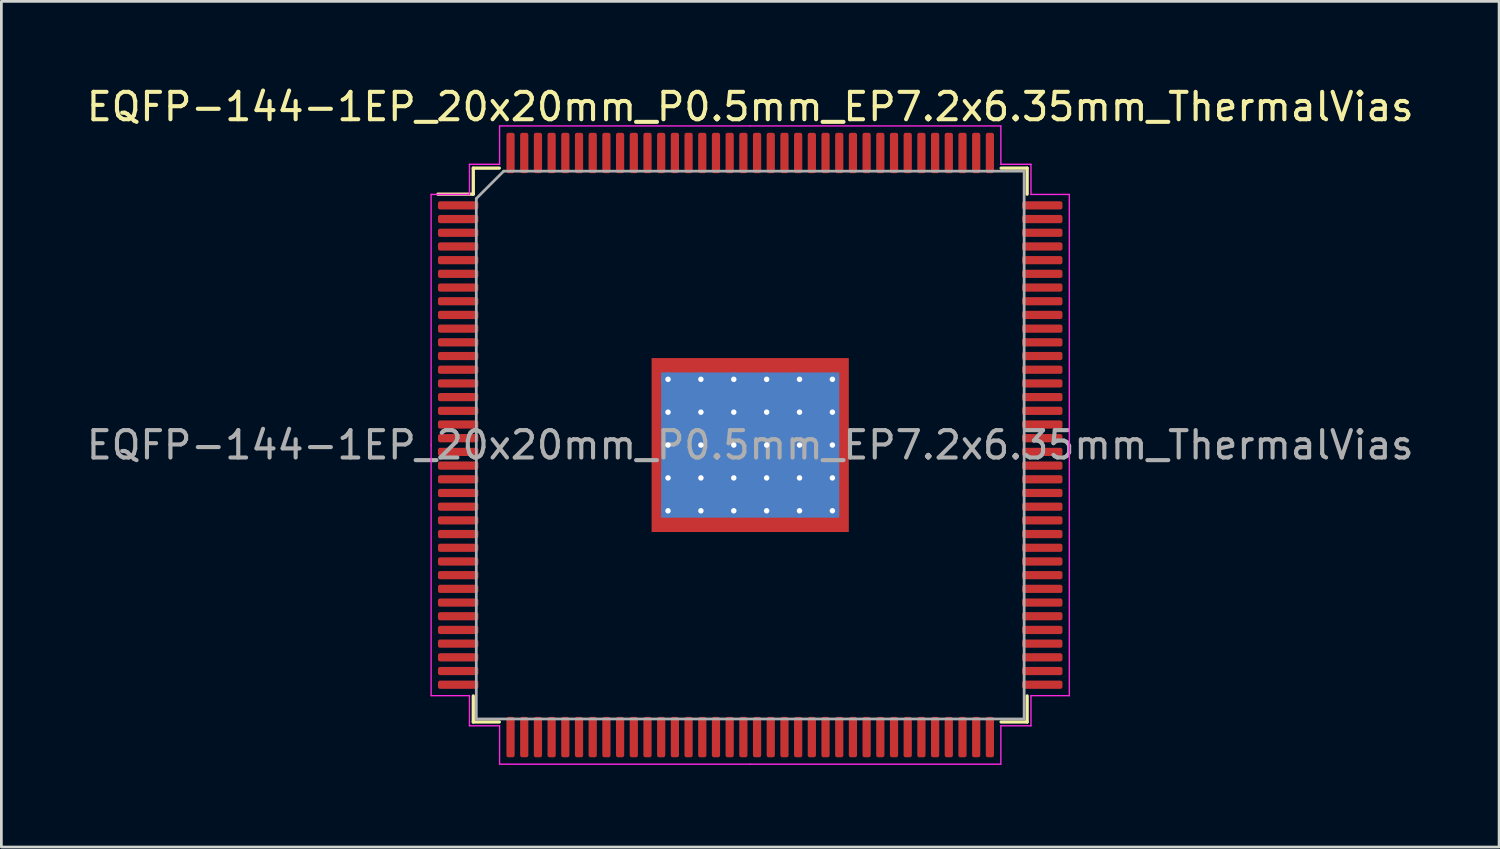
<source format=kicad_pcb>
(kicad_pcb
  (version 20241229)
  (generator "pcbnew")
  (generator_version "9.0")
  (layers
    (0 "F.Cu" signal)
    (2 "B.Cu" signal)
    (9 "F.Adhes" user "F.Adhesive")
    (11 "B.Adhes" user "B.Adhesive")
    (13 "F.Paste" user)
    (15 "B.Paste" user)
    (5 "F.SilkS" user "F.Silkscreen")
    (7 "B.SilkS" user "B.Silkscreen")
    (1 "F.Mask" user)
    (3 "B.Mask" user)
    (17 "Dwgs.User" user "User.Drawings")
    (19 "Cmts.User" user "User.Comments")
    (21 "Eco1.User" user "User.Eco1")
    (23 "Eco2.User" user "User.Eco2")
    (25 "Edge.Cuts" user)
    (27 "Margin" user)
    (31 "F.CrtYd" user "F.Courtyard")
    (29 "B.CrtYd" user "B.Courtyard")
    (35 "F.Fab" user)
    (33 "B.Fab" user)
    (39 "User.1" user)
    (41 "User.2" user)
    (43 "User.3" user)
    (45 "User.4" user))
  (footprint "EQFP-144-1EP_20x20mm_P0.5mm_EP7.2x6.35mm_ThermalVias"
    (layer "F.Cu")
    (at 24.339 13.198)
    (property "Reference" "EQFP-144-1EP_20x20mm_P0.5mm_EP7.2x6.35mm_ThermalVias" (at 0 -12.35 0) (layer "F.SilkS") (effects (font (size 1 1) (thickness 0.15))))
    (attr smd)
    (fp_line (start -10.11 -10.11) (end -10.11 -9.16) (stroke (width 0.12) (type solid)) (layer "F.SilkS"))
    (fp_line (start -10.11 -9.16) (end -11.4 -9.16) (stroke (width 0.12) (type solid)) (layer "F.SilkS"))
    (fp_line (start -10.11 10.11) (end -10.11 9.16) (stroke (width 0.12) (type solid)) (layer "F.SilkS"))
    (fp_line (start -9.16 -10.11) (end -10.11 -10.11) (stroke (width 0.12) (type solid)) (layer "F.SilkS"))
    (fp_line (start -9.16 10.11) (end -10.11 10.11) (stroke (width 0.12) (type solid)) (layer "F.SilkS"))
    (fp_line (start 9.16 -10.11) (end 10.11 -10.11) (stroke (width 0.12) (type solid)) (layer "F.SilkS"))
    (fp_line (start 9.16 10.11) (end 10.11 10.11) (stroke (width 0.12) (type solid)) (layer "F.SilkS"))
    (fp_line (start 10.11 -10.11) (end 10.11 -9.16) (stroke (width 0.12) (type solid)) (layer "F.SilkS"))
    (fp_line (start 10.11 10.11) (end 10.11 9.16) (stroke (width 0.12) (type solid)) (layer "F.SilkS"))
    (fp_line (start -11.65 -9.15) (end -11.65 0) (stroke (width 0.05) (type solid)) (layer "F.CrtYd"))
    (fp_line (start -11.65 9.15) (end -11.65 0) (stroke (width 0.05) (type solid)) (layer "F.CrtYd"))
    (fp_line (start -10.25 -10.25) (end -10.25 -9.15) (stroke (width 0.05) (type solid)) (layer "F.CrtYd"))
    (fp_line (start -10.25 -9.15) (end -11.65 -9.15) (stroke (width 0.05) (type solid)) (layer "F.CrtYd"))
    (fp_line (start -10.25 9.15) (end -11.65 9.15) (stroke (width 0.05) (type solid)) (layer "F.CrtYd"))
    (fp_line (start -10.25 10.25) (end -10.25 9.15) (stroke (width 0.05) (type solid)) (layer "F.CrtYd"))
    (fp_line (start -9.15 -11.65) (end -9.15 -10.25) (stroke (width 0.05) (type solid)) (layer "F.CrtYd"))
    (fp_line (start -9.15 -10.25) (end -10.25 -10.25) (stroke (width 0.05) (type solid)) (layer "F.CrtYd"))
    (fp_line (start -9.15 10.25) (end -10.25 10.25) (stroke (width 0.05) (type solid)) (layer "F.CrtYd"))
    (fp_line (start -9.15 11.65) (end -9.15 10.25) (stroke (width 0.05) (type solid)) (layer "F.CrtYd"))
    (fp_line (start 0 -11.65) (end -9.15 -11.65) (stroke (width 0.05) (type solid)) (layer "F.CrtYd"))
    (fp_line (start 0 -11.65) (end 9.15 -11.65) (stroke (width 0.05) (type solid)) (layer "F.CrtYd"))
    (fp_line (start 0 11.65) (end -9.15 11.65) (stroke (width 0.05) (type solid)) (layer "F.CrtYd"))
    (fp_line (start 0 11.65) (end 9.15 11.65) (stroke (width 0.05) (type solid)) (layer "F.CrtYd"))
    (fp_line (start 9.15 -11.65) (end 9.15 -10.25) (stroke (width 0.05) (type solid)) (layer "F.CrtYd"))
    (fp_line (start 9.15 -10.25) (end 10.25 -10.25) (stroke (width 0.05) (type solid)) (layer "F.CrtYd"))
    (fp_line (start 9.15 10.25) (end 10.25 10.25) (stroke (width 0.05) (type solid)) (layer "F.CrtYd"))
    (fp_line (start 9.15 11.65) (end 9.15 10.25) (stroke (width 0.05) (type solid)) (layer "F.CrtYd"))
    (fp_line (start 10.25 -10.25) (end 10.25 -9.15) (stroke (width 0.05) (type solid)) (layer "F.CrtYd"))
    (fp_line (start 10.25 -9.15) (end 11.65 -9.15) (stroke (width 0.05) (type solid)) (layer "F.CrtYd"))
    (fp_line (start 10.25 9.15) (end 11.65 9.15) (stroke (width 0.05) (type solid)) (layer "F.CrtYd"))
    (fp_line (start 10.25 10.25) (end 10.25 9.15) (stroke (width 0.05) (type solid)) (layer "F.CrtYd"))
    (fp_line (start 11.65 -9.15) (end 11.65 0) (stroke (width 0.05) (type solid)) (layer "F.CrtYd"))
    (fp_line (start 11.65 9.15) (end 11.65 0) (stroke (width 0.05) (type solid)) (layer "F.CrtYd"))
    (fp_line (start -10 -9) (end -9 -10) (stroke (width 0.1) (type solid)) (layer "F.Fab"))
    (fp_line (start -10 10) (end -10 -9) (stroke (width 0.1) (type solid)) (layer "F.Fab"))
    (fp_line (start -9 -10) (end 10 -10) (stroke (width 0.1) (type solid)) (layer "F.Fab"))
    (fp_line (start 10 -10) (end 10 10) (stroke (width 0.1) (type solid)) (layer "F.Fab"))
    (fp_line (start 10 10) (end -10 10) (stroke (width 0.1) (type solid)) (layer "F.Fab"))
    (fp_text user "${REFERENCE}" (at 0 0 0) (layer "F.Fab") (effects (font (size 1 1) (thickness 0.15))))
    (pad "" smd custom (at -3.3 -2.788) (size 0.378 0.378) (layers "F.Paste") (options (anchor circle)) (primitives (gr_poly (pts (xy -0.136 -0.207) (xy 0.136 -0.207) (xy 0.136 0.119) (xy 0.048 0.207) (xy -0.136 0.207)) (width 0.212) (fill yes))))
    (pad "" smd custom (at -3.3 -1.8) (size 0.407 0.407) (layers "F.Paste") (options (anchor circle)) (primitives (gr_poly (pts (xy -0.165 -0.407) (xy 0.102 -0.407) (xy 0.165 -0.344) (xy 0.165 0.344) (xy 0.102 0.407) (xy -0.165 0.407)) (width 0.153) (fill yes))))
    (pad "" smd custom (at -3.3 -0.6) (size 0.407 0.407) (layers "F.Paste") (options (anchor circle)) (primitives (gr_poly (pts (xy -0.165 -0.407) (xy 0.102 -0.407) (xy 0.165 -0.344) (xy 0.165 0.344) (xy 0.102 0.407) (xy -0.165 0.407)) (width 0.153) (fill yes))))
    (pad "" smd custom (at -3.3 0.6) (size 0.407 0.407) (layers "F.Paste") (options (anchor circle)) (primitives (gr_poly (pts (xy -0.165 -0.407) (xy 0.102 -0.407) (xy 0.165 -0.344) (xy 0.165 0.344) (xy 0.102 0.407) (xy -0.165 0.407)) (width 0.153) (fill yes))))
    (pad "" smd custom (at -3.3 1.8) (size 0.407 0.407) (layers "F.Paste") (options (anchor circle)) (primitives (gr_poly (pts (xy -0.165 -0.407) (xy 0.102 -0.407) (xy 0.165 -0.344) (xy 0.165 0.344) (xy 0.102 0.407) (xy -0.165 0.407)) (width 0.153) (fill yes))))
    (pad "" smd custom (at -3.3 2.788) (size 0.378 0.378) (layers "F.Paste") (options (anchor circle)) (primitives (gr_poly (pts (xy -0.136 -0.207) (xy 0.048 -0.207) (xy 0.136 -0.119) (xy 0.136 0.207) (xy -0.136 0.207)) (width 0.212) (fill yes))))
    (pad "" smd roundrect (at -2.4 -2.788) (size 0.967 0.625) (layers "F.Paste") (roundrect_rratio 0.25))
    (pad "" smd roundrect (at -2.4 -1.8) (size 0.967 0.967) (layers "F.Paste") (roundrect_rratio 0.25))
    (pad "" smd roundrect (at -2.4 -0.6) (size 0.967 0.967) (layers "F.Paste") (roundrect_rratio 0.25))
    (pad "" smd roundrect (at -2.4 0.6) (size 0.967 0.967) (layers "F.Paste") (roundrect_rratio 0.25))
    (pad "" smd roundrect (at -2.4 1.8) (size 0.967 0.967) (layers "F.Paste") (roundrect_rratio 0.25))
    (pad "" smd roundrect (at -2.4 2.788) (size 0.967 0.625) (layers "F.Paste") (roundrect_rratio 0.25))
    (pad "" smd roundrect (at -1.2 -2.788) (size 0.967 0.625) (layers "F.Paste") (roundrect_rratio 0.25))
    (pad "" smd roundrect (at -1.2 -1.8) (size 0.967 0.967) (layers "F.Paste") (roundrect_rratio 0.25))
    (pad "" smd roundrect (at -1.2 -0.6) (size 0.967 0.967) (layers "F.Paste") (roundrect_rratio 0.25))
    (pad "" smd roundrect (at -1.2 0.6) (size 0.967 0.967) (layers "F.Paste") (roundrect_rratio 0.25))
    (pad "" smd roundrect (at -1.2 1.8) (size 0.967 0.967) (layers "F.Paste") (roundrect_rratio 0.25))
    (pad "" smd roundrect (at -1.2 2.788) (size 0.967 0.625) (layers "F.Paste") (roundrect_rratio 0.25))
    (pad "" smd roundrect (at 0 -2.788) (size 0.967 0.625) (layers "F.Paste") (roundrect_rratio 0.25))
    (pad "" smd roundrect (at 0 -1.8) (size 0.967 0.967) (layers "F.Paste") (roundrect_rratio 0.25))
    (pad "" smd roundrect (at 0 -0.6) (size 0.967 0.967) (layers "F.Paste") (roundrect_rratio 0.25))
    (pad "" smd roundrect (at 0 0.6) (size 0.967 0.967) (layers "F.Paste") (roundrect_rratio 0.25))
    (pad "" smd roundrect (at 0 1.8) (size 0.967 0.967) (layers "F.Paste") (roundrect_rratio 0.25))
    (pad "" smd roundrect (at 0 2.788) (size 0.967 0.625) (layers "F.Paste") (roundrect_rratio 0.25))
    (pad "" smd roundrect (at 1.2 -2.788) (size 0.967 0.625) (layers "F.Paste") (roundrect_rratio 0.25))
    (pad "" smd roundrect (at 1.2 -1.8) (size 0.967 0.967) (layers "F.Paste") (roundrect_rratio 0.25))
    (pad "" smd roundrect (at 1.2 -0.6) (size 0.967 0.967) (layers "F.Paste") (roundrect_rratio 0.25))
    (pad "" smd roundrect (at 1.2 0.6) (size 0.967 0.967) (layers "F.Paste") (roundrect_rratio 0.25))
    (pad "" smd roundrect (at 1.2 1.8) (size 0.967 0.967) (layers "F.Paste") (roundrect_rratio 0.25))
    (pad "" smd roundrect (at 1.2 2.788) (size 0.967 0.625) (layers "F.Paste") (roundrect_rratio 0.25))
    (pad "" smd roundrect (at 2.4 -2.788) (size 0.967 0.625) (layers "F.Paste") (roundrect_rratio 0.25))
    (pad "" smd roundrect (at 2.4 -1.8) (size 0.967 0.967) (layers "F.Paste") (roundrect_rratio 0.25))
    (pad "" smd roundrect (at 2.4 -0.6) (size 0.967 0.967) (layers "F.Paste") (roundrect_rratio 0.25))
    (pad "" smd roundrect (at 2.4 0.6) (size 0.967 0.967) (layers "F.Paste") (roundrect_rratio 0.25))
    (pad "" smd roundrect (at 2.4 1.8) (size 0.967 0.967) (layers "F.Paste") (roundrect_rratio 0.25))
    (pad "" smd roundrect (at 2.4 2.788) (size 0.967 0.625) (layers "F.Paste") (roundrect_rratio 0.25))
    (pad "" smd custom (at 3.3 -2.788) (size 0.378 0.378) (layers "F.Paste") (options (anchor circle)) (primitives (gr_poly (pts (xy -0.136 -0.207) (xy 0.136 -0.207) (xy 0.136 0.207) (xy -0.048 0.207) (xy -0.136 0.119)) (width 0.212) (fill yes))))
    (pad "" smd custom (at 3.3 -1.8) (size 0.407 0.407) (layers "F.Paste") (options (anchor circle)) (primitives (gr_poly (pts (xy -0.165 -0.344) (xy -0.102 -0.407) (xy 0.165 -0.407) (xy 0.165 0.407) (xy -0.102 0.407) (xy -0.165 0.344)) (width 0.153) (fill yes))))
    (pad "" smd custom (at 3.3 -0.6) (size 0.407 0.407) (layers "F.Paste") (options (anchor circle)) (primitives (gr_poly (pts (xy -0.165 -0.344) (xy -0.102 -0.407) (xy 0.165 -0.407) (xy 0.165 0.407) (xy -0.102 0.407) (xy -0.165 0.344)) (width 0.153) (fill yes))))
    (pad "" smd custom (at 3.3 0.6) (size 0.407 0.407) (layers "F.Paste") (options (anchor circle)) (primitives (gr_poly (pts (xy -0.165 -0.344) (xy -0.102 -0.407) (xy 0.165 -0.407) (xy 0.165 0.407) (xy -0.102 0.407) (xy -0.165 0.344)) (width 0.153) (fill yes))))
    (pad "" smd custom (at 3.3 1.8) (size 0.407 0.407) (layers "F.Paste") (options (anchor circle)) (primitives (gr_poly (pts (xy -0.165 -0.344) (xy -0.102 -0.407) (xy 0.165 -0.407) (xy 0.165 0.407) (xy -0.102 0.407) (xy -0.165 0.344)) (width 0.153) (fill yes))))
    (pad "" smd custom (at 3.3 2.788) (size 0.378 0.378) (layers "F.Paste") (options (anchor circle)) (primitives (gr_poly (pts (xy -0.136 -0.119) (xy -0.048 -0.207) (xy 0.136 -0.207) (xy 0.136 0.207) (xy -0.136 0.207)) (width 0.212) (fill yes))))
    (pad "1" smd roundrect (at -10.662 -8.75) (size 1.475 0.3) (layers "F.Cu" "F.Mask" "F.Paste") (roundrect_rratio 0.25))
    (pad "2" smd roundrect (at -10.662 -8.25) (size 1.475 0.3) (layers "F.Cu" "F.Mask" "F.Paste") (roundrect_rratio 0.25))
    (pad "3" smd roundrect (at -10.662 -7.75) (size 1.475 0.3) (layers "F.Cu" "F.Mask" "F.Paste") (roundrect_rratio 0.25))
    (pad "4" smd roundrect (at -10.662 -7.25) (size 1.475 0.3) (layers "F.Cu" "F.Mask" "F.Paste") (roundrect_rratio 0.25))
    (pad "5" smd roundrect (at -10.662 -6.75) (size 1.475 0.3) (layers "F.Cu" "F.Mask" "F.Paste") (roundrect_rratio 0.25))
    (pad "6" smd roundrect (at -10.662 -6.25) (size 1.475 0.3) (layers "F.Cu" "F.Mask" "F.Paste") (roundrect_rratio 0.25))
    (pad "7" smd roundrect (at -10.662 -5.75) (size 1.475 0.3) (layers "F.Cu" "F.Mask" "F.Paste") (roundrect_rratio 0.25))
    (pad "8" smd roundrect (at -10.662 -5.25) (size 1.475 0.3) (layers "F.Cu" "F.Mask" "F.Paste") (roundrect_rratio 0.25))
    (pad "9" smd roundrect (at -10.662 -4.75) (size 1.475 0.3) (layers "F.Cu" "F.Mask" "F.Paste") (roundrect_rratio 0.25))
    (pad "10" smd roundrect (at -10.662 -4.25) (size 1.475 0.3) (layers "F.Cu" "F.Mask" "F.Paste") (roundrect_rratio 0.25))
    (pad "11" smd roundrect (at -10.662 -3.75) (size 1.475 0.3) (layers "F.Cu" "F.Mask" "F.Paste") (roundrect_rratio 0.25))
    (pad "12" smd roundrect (at -10.662 -3.25) (size 1.475 0.3) (layers "F.Cu" "F.Mask" "F.Paste") (roundrect_rratio 0.25))
    (pad "13" smd roundrect (at -10.662 -2.75) (size 1.475 0.3) (layers "F.Cu" "F.Mask" "F.Paste") (roundrect_rratio 0.25))
    (pad "14" smd roundrect (at -10.662 -2.25) (size 1.475 0.3) (layers "F.Cu" "F.Mask" "F.Paste") (roundrect_rratio 0.25))
    (pad "15" smd roundrect (at -10.662 -1.75) (size 1.475 0.3) (layers "F.Cu" "F.Mask" "F.Paste") (roundrect_rratio 0.25))
    (pad "16" smd roundrect (at -10.662 -1.25) (size 1.475 0.3) (layers "F.Cu" "F.Mask" "F.Paste") (roundrect_rratio 0.25))
    (pad "17" smd roundrect (at -10.662 -0.75) (size 1.475 0.3) (layers "F.Cu" "F.Mask" "F.Paste") (roundrect_rratio 0.25))
    (pad "18" smd roundrect (at -10.662 -0.25) (size 1.475 0.3) (layers "F.Cu" "F.Mask" "F.Paste") (roundrect_rratio 0.25))
    (pad "19" smd roundrect (at -10.662 0.25) (size 1.475 0.3) (layers "F.Cu" "F.Mask" "F.Paste") (roundrect_rratio 0.25))
    (pad "20" smd roundrect (at -10.662 0.75) (size 1.475 0.3) (layers "F.Cu" "F.Mask" "F.Paste") (roundrect_rratio 0.25))
    (pad "21" smd roundrect (at -10.662 1.25) (size 1.475 0.3) (layers "F.Cu" "F.Mask" "F.Paste") (roundrect_rratio 0.25))
    (pad "22" smd roundrect (at -10.662 1.75) (size 1.475 0.3) (layers "F.Cu" "F.Mask" "F.Paste") (roundrect_rratio 0.25))
    (pad "23" smd roundrect (at -10.662 2.25) (size 1.475 0.3) (layers "F.Cu" "F.Mask" "F.Paste") (roundrect_rratio 0.25))
    (pad "24" smd roundrect (at -10.662 2.75) (size 1.475 0.3) (layers "F.Cu" "F.Mask" "F.Paste") (roundrect_rratio 0.25))
    (pad "25" smd roundrect (at -10.662 3.25) (size 1.475 0.3) (layers "F.Cu" "F.Mask" "F.Paste") (roundrect_rratio 0.25))
    (pad "26" smd roundrect (at -10.662 3.75) (size 1.475 0.3) (layers "F.Cu" "F.Mask" "F.Paste") (roundrect_rratio 0.25))
    (pad "27" smd roundrect (at -10.662 4.25) (size 1.475 0.3) (layers "F.Cu" "F.Mask" "F.Paste") (roundrect_rratio 0.25))
    (pad "28" smd roundrect (at -10.662 4.75) (size 1.475 0.3) (layers "F.Cu" "F.Mask" "F.Paste") (roundrect_rratio 0.25))
    (pad "29" smd roundrect (at -10.662 5.25) (size 1.475 0.3) (layers "F.Cu" "F.Mask" "F.Paste") (roundrect_rratio 0.25))
    (pad "30" smd roundrect (at -10.662 5.75) (size 1.475 0.3) (layers "F.Cu" "F.Mask" "F.Paste") (roundrect_rratio 0.25))
    (pad "31" smd roundrect (at -10.662 6.25) (size 1.475 0.3) (layers "F.Cu" "F.Mask" "F.Paste") (roundrect_rratio 0.25))
    (pad "32" smd roundrect (at -10.662 6.75) (size 1.475 0.3) (layers "F.Cu" "F.Mask" "F.Paste") (roundrect_rratio 0.25))
    (pad "33" smd roundrect (at -10.662 7.25) (size 1.475 0.3) (layers "F.Cu" "F.Mask" "F.Paste") (roundrect_rratio 0.25))
    (pad "34" smd roundrect (at -10.662 7.75) (size 1.475 0.3) (layers "F.Cu" "F.Mask" "F.Paste") (roundrect_rratio 0.25))
    (pad "35" smd roundrect (at -10.662 8.25) (size 1.475 0.3) (layers "F.Cu" "F.Mask" "F.Paste") (roundrect_rratio 0.25))
    (pad "36" smd roundrect (at -10.662 8.75) (size 1.475 0.3) (layers "F.Cu" "F.Mask" "F.Paste") (roundrect_rratio 0.25))
    (pad "37" smd roundrect (at -8.75 10.662) (size 0.3 1.475) (layers "F.Cu" "F.Mask" "F.Paste") (roundrect_rratio 0.25))
    (pad "38" smd roundrect (at -8.25 10.662) (size 0.3 1.475) (layers "F.Cu" "F.Mask" "F.Paste") (roundrect_rratio 0.25))
    (pad "39" smd roundrect (at -7.75 10.662) (size 0.3 1.475) (layers "F.Cu" "F.Mask" "F.Paste") (roundrect_rratio 0.25))
    (pad "40" smd roundrect (at -7.25 10.662) (size 0.3 1.475) (layers "F.Cu" "F.Mask" "F.Paste") (roundrect_rratio 0.25))
    (pad "41" smd roundrect (at -6.75 10.662) (size 0.3 1.475) (layers "F.Cu" "F.Mask" "F.Paste") (roundrect_rratio 0.25))
    (pad "42" smd roundrect (at -6.25 10.662) (size 0.3 1.475) (layers "F.Cu" "F.Mask" "F.Paste") (roundrect_rratio 0.25))
    (pad "43" smd roundrect (at -5.75 10.662) (size 0.3 1.475) (layers "F.Cu" "F.Mask" "F.Paste") (roundrect_rratio 0.25))
    (pad "44" smd roundrect (at -5.25 10.662) (size 0.3 1.475) (layers "F.Cu" "F.Mask" "F.Paste") (roundrect_rratio 0.25))
    (pad "45" smd roundrect (at -4.75 10.662) (size 0.3 1.475) (layers "F.Cu" "F.Mask" "F.Paste") (roundrect_rratio 0.25))
    (pad "46" smd roundrect (at -4.25 10.662) (size 0.3 1.475) (layers "F.Cu" "F.Mask" "F.Paste") (roundrect_rratio 0.25))
    (pad "47" smd roundrect (at -3.75 10.662) (size 0.3 1.475) (layers "F.Cu" "F.Mask" "F.Paste") (roundrect_rratio 0.25))
    (pad "48" smd roundrect (at -3.25 10.662) (size 0.3 1.475) (layers "F.Cu" "F.Mask" "F.Paste") (roundrect_rratio 0.25))
    (pad "49" smd roundrect (at -2.75 10.662) (size 0.3 1.475) (layers "F.Cu" "F.Mask" "F.Paste") (roundrect_rratio 0.25))
    (pad "50" smd roundrect (at -2.25 10.662) (size 0.3 1.475) (layers "F.Cu" "F.Mask" "F.Paste") (roundrect_rratio 0.25))
    (pad "51" smd roundrect (at -1.75 10.662) (size 0.3 1.475) (layers "F.Cu" "F.Mask" "F.Paste") (roundrect_rratio 0.25))
    (pad "52" smd roundrect (at -1.25 10.662) (size 0.3 1.475) (layers "F.Cu" "F.Mask" "F.Paste") (roundrect_rratio 0.25))
    (pad "53" smd roundrect (at -0.75 10.662) (size 0.3 1.475) (layers "F.Cu" "F.Mask" "F.Paste") (roundrect_rratio 0.25))
    (pad "54" smd roundrect (at -0.25 10.662) (size 0.3 1.475) (layers "F.Cu" "F.Mask" "F.Paste") (roundrect_rratio 0.25))
    (pad "55" smd roundrect (at 0.25 10.662) (size 0.3 1.475) (layers "F.Cu" "F.Mask" "F.Paste") (roundrect_rratio 0.25))
    (pad "56" smd roundrect (at 0.75 10.662) (size 0.3 1.475) (layers "F.Cu" "F.Mask" "F.Paste") (roundrect_rratio 0.25))
    (pad "57" smd roundrect (at 1.25 10.662) (size 0.3 1.475) (layers "F.Cu" "F.Mask" "F.Paste") (roundrect_rratio 0.25))
    (pad "58" smd roundrect (at 1.75 10.662) (size 0.3 1.475) (layers "F.Cu" "F.Mask" "F.Paste") (roundrect_rratio 0.25))
    (pad "59" smd roundrect (at 2.25 10.662) (size 0.3 1.475) (layers "F.Cu" "F.Mask" "F.Paste") (roundrect_rratio 0.25))
    (pad "60" smd roundrect (at 2.75 10.662) (size 0.3 1.475) (layers "F.Cu" "F.Mask" "F.Paste") (roundrect_rratio 0.25))
    (pad "61" smd roundrect (at 3.25 10.662) (size 0.3 1.475) (layers "F.Cu" "F.Mask" "F.Paste") (roundrect_rratio 0.25))
    (pad "62" smd roundrect (at 3.75 10.662) (size 0.3 1.475) (layers "F.Cu" "F.Mask" "F.Paste") (roundrect_rratio 0.25))
    (pad "63" smd roundrect (at 4.25 10.662) (size 0.3 1.475) (layers "F.Cu" "F.Mask" "F.Paste") (roundrect_rratio 0.25))
    (pad "64" smd roundrect (at 4.75 10.662) (size 0.3 1.475) (layers "F.Cu" "F.Mask" "F.Paste") (roundrect_rratio 0.25))
    (pad "65" smd roundrect (at 5.25 10.662) (size 0.3 1.475) (layers "F.Cu" "F.Mask" "F.Paste") (roundrect_rratio 0.25))
    (pad "66" smd roundrect (at 5.75 10.662) (size 0.3 1.475) (layers "F.Cu" "F.Mask" "F.Paste") (roundrect_rratio 0.25))
    (pad "67" smd roundrect (at 6.25 10.662) (size 0.3 1.475) (layers "F.Cu" "F.Mask" "F.Paste") (roundrect_rratio 0.25))
    (pad "68" smd roundrect (at 6.75 10.662) (size 0.3 1.475) (layers "F.Cu" "F.Mask" "F.Paste") (roundrect_rratio 0.25))
    (pad "69" smd roundrect (at 7.25 10.662) (size 0.3 1.475) (layers "F.Cu" "F.Mask" "F.Paste") (roundrect_rratio 0.25))
    (pad "70" smd roundrect (at 7.75 10.662) (size 0.3 1.475) (layers "F.Cu" "F.Mask" "F.Paste") (roundrect_rratio 0.25))
    (pad "71" smd roundrect (at 8.25 10.662) (size 0.3 1.475) (layers "F.Cu" "F.Mask" "F.Paste") (roundrect_rratio 0.25))
    (pad "72" smd roundrect (at 8.75 10.662) (size 0.3 1.475) (layers "F.Cu" "F.Mask" "F.Paste") (roundrect_rratio 0.25))
    (pad "73" smd roundrect (at 10.662 8.75) (size 1.475 0.3) (layers "F.Cu" "F.Mask" "F.Paste") (roundrect_rratio 0.25))
    (pad "74" smd roundrect (at 10.662 8.25) (size 1.475 0.3) (layers "F.Cu" "F.Mask" "F.Paste") (roundrect_rratio 0.25))
    (pad "75" smd roundrect (at 10.662 7.75) (size 1.475 0.3) (layers "F.Cu" "F.Mask" "F.Paste") (roundrect_rratio 0.25))
    (pad "76" smd roundrect (at 10.662 7.25) (size 1.475 0.3) (layers "F.Cu" "F.Mask" "F.Paste") (roundrect_rratio 0.25))
    (pad "77" smd roundrect (at 10.662 6.75) (size 1.475 0.3) (layers "F.Cu" "F.Mask" "F.Paste") (roundrect_rratio 0.25))
    (pad "78" smd roundrect (at 10.662 6.25) (size 1.475 0.3) (layers "F.Cu" "F.Mask" "F.Paste") (roundrect_rratio 0.25))
    (pad "79" smd roundrect (at 10.662 5.75) (size 1.475 0.3) (layers "F.Cu" "F.Mask" "F.Paste") (roundrect_rratio 0.25))
    (pad "80" smd roundrect (at 10.662 5.25) (size 1.475 0.3) (layers "F.Cu" "F.Mask" "F.Paste") (roundrect_rratio 0.25))
    (pad "81" smd roundrect (at 10.662 4.75) (size 1.475 0.3) (layers "F.Cu" "F.Mask" "F.Paste") (roundrect_rratio 0.25))
    (pad "82" smd roundrect (at 10.662 4.25) (size 1.475 0.3) (layers "F.Cu" "F.Mask" "F.Paste") (roundrect_rratio 0.25))
    (pad "83" smd roundrect (at 10.662 3.75) (size 1.475 0.3) (layers "F.Cu" "F.Mask" "F.Paste") (roundrect_rratio 0.25))
    (pad "84" smd roundrect (at 10.662 3.25) (size 1.475 0.3) (layers "F.Cu" "F.Mask" "F.Paste") (roundrect_rratio 0.25))
    (pad "85" smd roundrect (at 10.662 2.75) (size 1.475 0.3) (layers "F.Cu" "F.Mask" "F.Paste") (roundrect_rratio 0.25))
    (pad "86" smd roundrect (at 10.662 2.25) (size 1.475 0.3) (layers "F.Cu" "F.Mask" "F.Paste") (roundrect_rratio 0.25))
    (pad "87" smd roundrect (at 10.662 1.75) (size 1.475 0.3) (layers "F.Cu" "F.Mask" "F.Paste") (roundrect_rratio 0.25))
    (pad "88" smd roundrect (at 10.662 1.25) (size 1.475 0.3) (layers "F.Cu" "F.Mask" "F.Paste") (roundrect_rratio 0.25))
    (pad "89" smd roundrect (at 10.662 0.75) (size 1.475 0.3) (layers "F.Cu" "F.Mask" "F.Paste") (roundrect_rratio 0.25))
    (pad "90" smd roundrect (at 10.662 0.25) (size 1.475 0.3) (layers "F.Cu" "F.Mask" "F.Paste") (roundrect_rratio 0.25))
    (pad "91" smd roundrect (at 10.662 -0.25) (size 1.475 0.3) (layers "F.Cu" "F.Mask" "F.Paste") (roundrect_rratio 0.25))
    (pad "92" smd roundrect (at 10.662 -0.75) (size 1.475 0.3) (layers "F.Cu" "F.Mask" "F.Paste") (roundrect_rratio 0.25))
    (pad "93" smd roundrect (at 10.662 -1.25) (size 1.475 0.3) (layers "F.Cu" "F.Mask" "F.Paste") (roundrect_rratio 0.25))
    (pad "94" smd roundrect (at 10.662 -1.75) (size 1.475 0.3) (layers "F.Cu" "F.Mask" "F.Paste") (roundrect_rratio 0.25))
    (pad "95" smd roundrect (at 10.662 -2.25) (size 1.475 0.3) (layers "F.Cu" "F.Mask" "F.Paste") (roundrect_rratio 0.25))
    (pad "96" smd roundrect (at 10.662 -2.75) (size 1.475 0.3) (layers "F.Cu" "F.Mask" "F.Paste") (roundrect_rratio 0.25))
    (pad "97" smd roundrect (at 10.662 -3.25) (size 1.475 0.3) (layers "F.Cu" "F.Mask" "F.Paste") (roundrect_rratio 0.25))
    (pad "98" smd roundrect (at 10.662 -3.75) (size 1.475 0.3) (layers "F.Cu" "F.Mask" "F.Paste") (roundrect_rratio 0.25))
    (pad "99" smd roundrect (at 10.662 -4.25) (size 1.475 0.3) (layers "F.Cu" "F.Mask" "F.Paste") (roundrect_rratio 0.25))
    (pad "100" smd roundrect (at 10.662 -4.75) (size 1.475 0.3) (layers "F.Cu" "F.Mask" "F.Paste") (roundrect_rratio 0.25))
    (pad "101" smd roundrect (at 10.662 -5.25) (size 1.475 0.3) (layers "F.Cu" "F.Mask" "F.Paste") (roundrect_rratio 0.25))
    (pad "102" smd roundrect (at 10.662 -5.75) (size 1.475 0.3) (layers "F.Cu" "F.Mask" "F.Paste") (roundrect_rratio 0.25))
    (pad "103" smd roundrect (at 10.662 -6.25) (size 1.475 0.3) (layers "F.Cu" "F.Mask" "F.Paste") (roundrect_rratio 0.25))
    (pad "104" smd roundrect (at 10.662 -6.75) (size 1.475 0.3) (layers "F.Cu" "F.Mask" "F.Paste") (roundrect_rratio 0.25))
    (pad "105" smd roundrect (at 10.662 -7.25) (size 1.475 0.3) (layers "F.Cu" "F.Mask" "F.Paste") (roundrect_rratio 0.25))
    (pad "106" smd roundrect (at 10.662 -7.75) (size 1.475 0.3) (layers "F.Cu" "F.Mask" "F.Paste") (roundrect_rratio 0.25))
    (pad "107" smd roundrect (at 10.662 -8.25) (size 1.475 0.3) (layers "F.Cu" "F.Mask" "F.Paste") (roundrect_rratio 0.25))
    (pad "108" smd roundrect (at 10.662 -8.75) (size 1.475 0.3) (layers "F.Cu" "F.Mask" "F.Paste") (roundrect_rratio 0.25))
    (pad "109" smd roundrect (at 8.75 -10.662) (size 0.3 1.475) (layers "F.Cu" "F.Mask" "F.Paste") (roundrect_rratio 0.25))
    (pad "110" smd roundrect (at 8.25 -10.662) (size 0.3 1.475) (layers "F.Cu" "F.Mask" "F.Paste") (roundrect_rratio 0.25))
    (pad "111" smd roundrect (at 7.75 -10.662) (size 0.3 1.475) (layers "F.Cu" "F.Mask" "F.Paste") (roundrect_rratio 0.25))
    (pad "112" smd roundrect (at 7.25 -10.662) (size 0.3 1.475) (layers "F.Cu" "F.Mask" "F.Paste") (roundrect_rratio 0.25))
    (pad "113" smd roundrect (at 6.75 -10.662) (size 0.3 1.475) (layers "F.Cu" "F.Mask" "F.Paste") (roundrect_rratio 0.25))
    (pad "114" smd roundrect (at 6.25 -10.662) (size 0.3 1.475) (layers "F.Cu" "F.Mask" "F.Paste") (roundrect_rratio 0.25))
    (pad "115" smd roundrect (at 5.75 -10.662) (size 0.3 1.475) (layers "F.Cu" "F.Mask" "F.Paste") (roundrect_rratio 0.25))
    (pad "116" smd roundrect (at 5.25 -10.662) (size 0.3 1.475) (layers "F.Cu" "F.Mask" "F.Paste") (roundrect_rratio 0.25))
    (pad "117" smd roundrect (at 4.75 -10.662) (size 0.3 1.475) (layers "F.Cu" "F.Mask" "F.Paste") (roundrect_rratio 0.25))
    (pad "118" smd roundrect (at 4.25 -10.662) (size 0.3 1.475) (layers "F.Cu" "F.Mask" "F.Paste") (roundrect_rratio 0.25))
    (pad "119" smd roundrect (at 3.75 -10.662) (size 0.3 1.475) (layers "F.Cu" "F.Mask" "F.Paste") (roundrect_rratio 0.25))
    (pad "120" smd roundrect (at 3.25 -10.662) (size 0.3 1.475) (layers "F.Cu" "F.Mask" "F.Paste") (roundrect_rratio 0.25))
    (pad "121" smd roundrect (at 2.75 -10.662) (size 0.3 1.475) (layers "F.Cu" "F.Mask" "F.Paste") (roundrect_rratio 0.25))
    (pad "122" smd roundrect (at 2.25 -10.662) (size 0.3 1.475) (layers "F.Cu" "F.Mask" "F.Paste") (roundrect_rratio 0.25))
    (pad "123" smd roundrect (at 1.75 -10.662) (size 0.3 1.475) (layers "F.Cu" "F.Mask" "F.Paste") (roundrect_rratio 0.25))
    (pad "124" smd roundrect (at 1.25 -10.662) (size 0.3 1.475) (layers "F.Cu" "F.Mask" "F.Paste") (roundrect_rratio 0.25))
    (pad "125" smd roundrect (at 0.75 -10.662) (size 0.3 1.475) (layers "F.Cu" "F.Mask" "F.Paste") (roundrect_rratio 0.25))
    (pad "126" smd roundrect (at 0.25 -10.662) (size 0.3 1.475) (layers "F.Cu" "F.Mask" "F.Paste") (roundrect_rratio 0.25))
    (pad "127" smd roundrect (at -0.25 -10.662) (size 0.3 1.475) (layers "F.Cu" "F.Mask" "F.Paste") (roundrect_rratio 0.25))
    (pad "128" smd roundrect (at -0.75 -10.662) (size 0.3 1.475) (layers "F.Cu" "F.Mask" "F.Paste") (roundrect_rratio 0.25))
    (pad "129" smd roundrect (at -1.25 -10.662) (size 0.3 1.475) (layers "F.Cu" "F.Mask" "F.Paste") (roundrect_rratio 0.25))
    (pad "130" smd roundrect (at -1.75 -10.662) (size 0.3 1.475) (layers "F.Cu" "F.Mask" "F.Paste") (roundrect_rratio 0.25))
    (pad "131" smd roundrect (at -2.25 -10.662) (size 0.3 1.475) (layers "F.Cu" "F.Mask" "F.Paste") (roundrect_rratio 0.25))
    (pad "132" smd roundrect (at -2.75 -10.662) (size 0.3 1.475) (layers "F.Cu" "F.Mask" "F.Paste") (roundrect_rratio 0.25))
    (pad "133" smd roundrect (at -3.25 -10.662) (size 0.3 1.475) (layers "F.Cu" "F.Mask" "F.Paste") (roundrect_rratio 0.25))
    (pad "134" smd roundrect (at -3.75 -10.662) (size 0.3 1.475) (layers "F.Cu" "F.Mask" "F.Paste") (roundrect_rratio 0.25))
    (pad "135" smd roundrect (at -4.25 -10.662) (size 0.3 1.475) (layers "F.Cu" "F.Mask" "F.Paste") (roundrect_rratio 0.25))
    (pad "136" smd roundrect (at -4.75 -10.662) (size 0.3 1.475) (layers "F.Cu" "F.Mask" "F.Paste") (roundrect_rratio 0.25))
    (pad "137" smd roundrect (at -5.25 -10.662) (size 0.3 1.475) (layers "F.Cu" "F.Mask" "F.Paste") (roundrect_rratio 0.25))
    (pad "138" smd roundrect (at -5.75 -10.662) (size 0.3 1.475) (layers "F.Cu" "F.Mask" "F.Paste") (roundrect_rratio 0.25))
    (pad "139" smd roundrect (at -6.25 -10.662) (size 0.3 1.475) (layers "F.Cu" "F.Mask" "F.Paste") (roundrect_rratio 0.25))
    (pad "140" smd roundrect (at -6.75 -10.662) (size 0.3 1.475) (layers "F.Cu" "F.Mask" "F.Paste") (roundrect_rratio 0.25))
    (pad "141" smd roundrect (at -7.25 -10.662) (size 0.3 1.475) (layers "F.Cu" "F.Mask" "F.Paste") (roundrect_rratio 0.25))
    (pad "142" smd roundrect (at -7.75 -10.662) (size 0.3 1.475) (layers "F.Cu" "F.Mask" "F.Paste") (roundrect_rratio 0.25))
    (pad "143" smd roundrect (at -8.25 -10.662) (size 0.3 1.475) (layers "F.Cu" "F.Mask" "F.Paste") (roundrect_rratio 0.25))
    (pad "144" smd roundrect (at -8.75 -10.662) (size 0.3 1.475) (layers "F.Cu" "F.Mask" "F.Paste") (roundrect_rratio 0.25))
    (pad "145" thru_hole circle (at -3 -2.4) (size 0.5 0.5) (drill 0.2) (layers "*.Cu"))
    (pad "145" thru_hole circle (at -3 -1.2) (size 0.5 0.5) (drill 0.2) (layers "*.Cu"))
    (pad "145" thru_hole circle (at -3 0) (size 0.5 0.5) (drill 0.2) (layers "*.Cu"))
    (pad "145" thru_hole circle (at -3 1.2) (size 0.5 0.5) (drill 0.2) (layers "*.Cu"))
    (pad "145" thru_hole circle (at -3 2.4) (size 0.5 0.5) (drill 0.2) (layers "*.Cu"))
    (pad "145" thru_hole circle (at -1.8 -2.4) (size 0.5 0.5) (drill 0.2) (layers "*.Cu"))
    (pad "145" thru_hole circle (at -1.8 -1.2) (size 0.5 0.5) (drill 0.2) (layers "*.Cu"))
    (pad "145" thru_hole circle (at -1.8 0) (size 0.5 0.5) (drill 0.2) (layers "*.Cu"))
    (pad "145" thru_hole circle (at -1.8 1.2) (size 0.5 0.5) (drill 0.2) (layers "*.Cu"))
    (pad "145" thru_hole circle (at -1.8 2.4) (size 0.5 0.5) (drill 0.2) (layers "*.Cu"))
    (pad "145" thru_hole circle (at -0.6 -2.4) (size 0.5 0.5) (drill 0.2) (layers "*.Cu"))
    (pad "145" thru_hole circle (at -0.6 -1.2) (size 0.5 0.5) (drill 0.2) (layers "*.Cu"))
    (pad "145" thru_hole circle (at -0.6 0) (size 0.5 0.5) (drill 0.2) (layers "*.Cu"))
    (pad "145" thru_hole circle (at -0.6 1.2) (size 0.5 0.5) (drill 0.2) (layers "*.Cu"))
    (pad "145" thru_hole circle (at -0.6 2.4) (size 0.5 0.5) (drill 0.2) (layers "*.Cu"))
    (pad "145" smd rect (at 0 0) (size 6.5 5.3) (layers "B.Cu"))
    (pad "145" smd rect (at 0 0) (size 7.2 6.35) (layers "F.Cu" "F.Mask"))
    (pad "145" thru_hole circle (at 0.6 -2.4) (size 0.5 0.5) (drill 0.2) (layers "*.Cu"))
    (pad "145" thru_hole circle (at 0.6 -1.2) (size 0.5 0.5) (drill 0.2) (layers "*.Cu"))
    (pad "145" thru_hole circle (at 0.6 0) (size 0.5 0.5) (drill 0.2) (layers "*.Cu"))
    (pad "145" thru_hole circle (at 0.6 1.2) (size 0.5 0.5) (drill 0.2) (layers "*.Cu"))
    (pad "145" thru_hole circle (at 0.6 2.4) (size 0.5 0.5) (drill 0.2) (layers "*.Cu"))
    (pad "145" thru_hole circle (at 1.8 -2.4) (size 0.5 0.5) (drill 0.2) (layers "*.Cu"))
    (pad "145" thru_hole circle (at 1.8 -1.2) (size 0.5 0.5) (drill 0.2) (layers "*.Cu"))
    (pad "145" thru_hole circle (at 1.8 0) (size 0.5 0.5) (drill 0.2) (layers "*.Cu"))
    (pad "145" thru_hole circle (at 1.8 1.2) (size 0.5 0.5) (drill 0.2) (layers "*.Cu"))
    (pad "145" thru_hole circle (at 1.8 2.4) (size 0.5 0.5) (drill 0.2) (layers "*.Cu"))
    (pad "145" thru_hole circle (at 3 -2.4) (size 0.5 0.5) (drill 0.2) (layers "*.Cu"))
    (pad "145" thru_hole circle (at 3 -1.2) (size 0.5 0.5) (drill 0.2) (layers "*.Cu"))
    (pad "145" thru_hole circle (at 3 0) (size 0.5 0.5) (drill 0.2) (layers "*.Cu"))
    (pad "145" thru_hole circle (at 3 1.2) (size 0.5 0.5) (drill 0.2) (layers "*.Cu"))
    (pad "145" thru_hole circle (at 3 2.4) (size 0.5 0.5) (drill 0.2) (layers "*.Cu")))
  (gr_rect
    (start -3 -3)
    (end 51.679 27.873)
    (stroke (width 0.1) (type default))
    (fill no)
    (layer "Edge.Cuts")))
</source>
